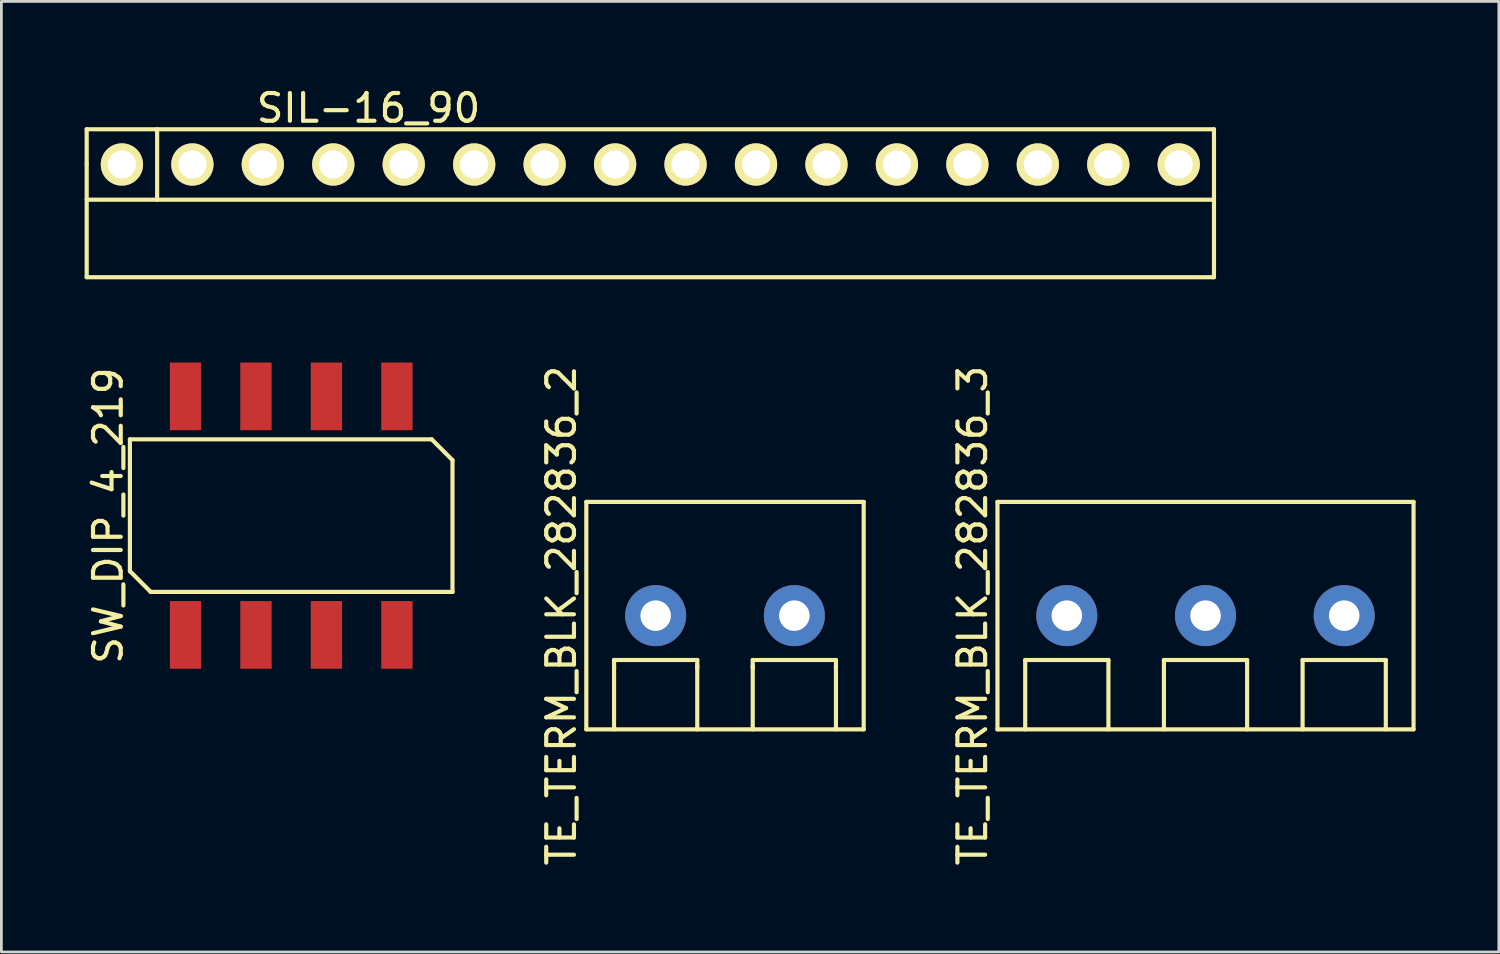
<source format=kicad_pcb>
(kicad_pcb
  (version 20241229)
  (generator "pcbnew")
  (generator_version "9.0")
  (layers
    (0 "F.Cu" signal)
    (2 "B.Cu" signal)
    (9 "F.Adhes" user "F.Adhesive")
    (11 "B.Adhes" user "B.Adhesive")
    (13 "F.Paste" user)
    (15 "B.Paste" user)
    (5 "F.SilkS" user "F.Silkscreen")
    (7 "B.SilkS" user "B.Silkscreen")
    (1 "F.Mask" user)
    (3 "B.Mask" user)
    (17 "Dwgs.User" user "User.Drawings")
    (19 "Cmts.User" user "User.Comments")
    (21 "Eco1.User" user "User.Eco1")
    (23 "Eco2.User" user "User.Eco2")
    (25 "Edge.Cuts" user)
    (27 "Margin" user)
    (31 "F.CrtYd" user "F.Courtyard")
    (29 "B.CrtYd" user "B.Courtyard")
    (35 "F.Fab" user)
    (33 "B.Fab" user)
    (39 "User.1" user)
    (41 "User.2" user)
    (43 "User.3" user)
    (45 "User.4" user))
  (footprint "TE_TERM_BLK_282836_3"
    (layer "F.Cu")
    (at 40.41 19.144)
    (property "Reference" "TE_TERM_BLK_282836_3" (at -8.4 0 90) (layer "F.SilkS") (effects (font (size 1 1) (thickness 0.15))))
    (attr through_hole)
    (fp_line (start -7.5 -4.1) (end -7.5 4.1) (stroke (width 0.15) (type solid)) (layer "F.SilkS"))
    (fp_line (start -7.5 4.1) (end 7.5 4.1) (stroke (width 0.15) (type solid)) (layer "F.SilkS"))
    (fp_line (start -6.5 1.6) (end -3.5 1.6) (stroke (width 0.15) (type solid)) (layer "F.SilkS"))
    (fp_line (start -6.5 4.1) (end -6.5 1.6) (stroke (width 0.15) (type solid)) (layer "F.SilkS"))
    (fp_line (start -3.5 1.6) (end -3.5 4.1) (stroke (width 0.15) (type solid)) (layer "F.SilkS"))
    (fp_line (start -1.5 1.6) (end 1.5 1.6) (stroke (width 0.15) (type solid)) (layer "F.SilkS"))
    (fp_line (start -1.5 4.1) (end -1.5 1.6) (stroke (width 0.15) (type solid)) (layer "F.SilkS"))
    (fp_line (start 1.5 1.6) (end 1.5 4.1) (stroke (width 0.15) (type solid)) (layer "F.SilkS"))
    (fp_line (start 3.5 1.6) (end 6.5 1.6) (stroke (width 0.15) (type solid)) (layer "F.SilkS"))
    (fp_line (start 3.5 4.1) (end 3.5 1.6) (stroke (width 0.15) (type solid)) (layer "F.SilkS"))
    (fp_line (start 6.5 1.6) (end 6.5 4.1) (stroke (width 0.15) (type solid)) (layer "F.SilkS"))
    (fp_line (start 7.5 -4.1) (end -7.5 -4.1) (stroke (width 0.15) (type solid)) (layer "F.SilkS"))
    (fp_line (start 7.5 4.1) (end 7.5 -4.1) (stroke (width 0.15) (type solid)) (layer "F.SilkS"))
    (pad "1" thru_hole circle (at -5 0) (size 2.2 2.2) (drill 1.1) (layers "*.Cu" "*.Mask"))
    (pad "2" thru_hole circle (at 0 0) (size 2.2 2.2) (drill 1.1) (layers "*.Cu" "*.Mask"))
    (pad "3" thru_hole circle (at 5 0) (size 2.2 2.2) (drill 1.1) (layers "*.Cu" "*.Mask")))
  (footprint "SW_DIP_4_219"
    (layer "F.Cu")
    (at 7.448 15.539)
    (property "Reference" "SW_DIP_4_219" (at -6.6 0 90) (layer "F.SilkS") (effects (font (size 1 1) (thickness 0.15))))
    (attr through_hole)
    (fp_line (start -5.815 -2.75) (end -5.815 2) (stroke (width 0.15) (type solid)) (layer "F.SilkS"))
    (fp_line (start -5.815 2) (end -5.065 2.75) (stroke (width 0.15) (type solid)) (layer "F.SilkS"))
    (fp_line (start -5.065 2.75) (end 5.815 2.75) (stroke (width 0.15) (type solid)) (layer "F.SilkS"))
    (fp_line (start 5.065 -2.75) (end -5.815 -2.75) (stroke (width 0.15) (type solid)) (layer "F.SilkS"))
    (fp_line (start 5.815 -2) (end 5.065 -2.75) (stroke (width 0.15) (type solid)) (layer "F.SilkS"))
    (fp_line (start 5.815 2.75) (end 5.815 -2) (stroke (width 0.15) (type solid)) (layer "F.SilkS"))
    (pad "1" smd rect (at -3.81 4.3) (size 1.13 2.44) (layers "F.Cu" "F.Mask" "F.Paste"))
    (pad "2" smd rect (at -1.27 4.3) (size 1.13 2.44) (layers "F.Cu" "F.Mask" "F.Paste"))
    (pad "3" smd rect (at 1.27 4.3) (size 1.13 2.44) (layers "F.Cu" "F.Mask" "F.Paste"))
    (pad "4" smd rect (at 3.81 4.3) (size 1.13 2.44) (layers "F.Cu" "F.Mask" "F.Paste"))
    (pad "5" smd rect (at 3.81 -4.3) (size 1.13 2.44) (layers "F.Cu" "F.Mask" "F.Paste"))
    (pad "6" smd rect (at 1.27 -4.3) (size 1.13 2.44) (layers "F.Cu" "F.Mask" "F.Paste"))
    (pad "7" smd rect (at -1.27 -4.3) (size 1.13 2.44) (layers "F.Cu" "F.Mask" "F.Paste"))
    (pad "8" smd rect (at -3.81 -4.3) (size 1.13 2.44) (layers "F.Cu" "F.Mask" "F.Paste")))
  (footprint "TE_TERM_BLK_282836_2"
    (layer "F.Cu")
    (at 23.087 19.144)
    (property "Reference" "TE_TERM_BLK_282836_2" (at -5.9 0 90) (layer "F.SilkS") (effects (font (size 1 1) (thickness 0.15))))
    (attr through_hole)
    (fp_line (start -5 -4.1) (end -5 4.1) (stroke (width 0.15) (type solid)) (layer "F.SilkS"))
    (fp_line (start -5 4.1) (end 5 4.1) (stroke (width 0.15) (type solid)) (layer "F.SilkS"))
    (fp_line (start -4 1.6) (end -4 1.9) (stroke (width 0.15) (type solid)) (layer "F.SilkS"))
    (fp_line (start -4 1.6) (end -1 1.6) (stroke (width 0.15) (type solid)) (layer "F.SilkS"))
    (fp_line (start -4 4.1) (end -4 1.8) (stroke (width 0.15) (type solid)) (layer "F.SilkS"))
    (fp_line (start -1 1.6) (end -1 1.9) (stroke (width 0.15) (type solid)) (layer "F.SilkS"))
    (fp_line (start -1 1.8) (end -1 4.1) (stroke (width 0.15) (type solid)) (layer "F.SilkS"))
    (fp_line (start 1 1.6) (end 1 1.9) (stroke (width 0.15) (type solid)) (layer "F.SilkS"))
    (fp_line (start 1 1.6) (end 4 1.6) (stroke (width 0.15) (type solid)) (layer "F.SilkS"))
    (fp_line (start 1 4.1) (end 1 1.8) (stroke (width 0.15) (type solid)) (layer "F.SilkS"))
    (fp_line (start 4 1.6) (end 4 1.9) (stroke (width 0.15) (type solid)) (layer "F.SilkS"))
    (fp_line (start 4 1.8) (end 4 4.1) (stroke (width 0.15) (type solid)) (layer "F.SilkS"))
    (fp_line (start 5 -4.1) (end -5 -4.1) (stroke (width 0.15) (type solid)) (layer "F.SilkS"))
    (fp_line (start 5 4.1) (end 5 -4.1) (stroke (width 0.15) (type solid)) (layer "F.SilkS"))
    (pad "1" thru_hole circle (at -2.5 0) (size 2.2 2.2) (drill 1.1) (layers "*.Cu" "*.Mask"))
    (pad "2" thru_hole circle (at 2.5 0) (size 2.2 2.2) (drill 1.1) (layers "*.Cu" "*.Mask")))
  (footprint "SIL-16_90"
    (layer "F.Cu")
    (at 20.395 2.88)
    (property "Reference" "SIL-16_90" (at -10.16 -2.032 0) (layer "F.SilkS") (effects (font (size 1 1) (thickness 0.15))))
    (attr through_hole)
    (fp_line (start -20.32 -1.27) (end -20.32 0) (stroke (width 0.15) (type solid)) (layer "F.SilkS"))
    (fp_line (start -20.32 -1.27) (end 20.32 -1.27) (stroke (width 0.15) (type solid)) (layer "F.SilkS"))
    (fp_line (start -20.32 0) (end -20.32 4.064) (stroke (width 0.15) (type solid)) (layer "F.SilkS"))
    (fp_line (start -20.32 4.064) (end 20.32 4.064) (stroke (width 0.15) (type solid)) (layer "F.SilkS"))
    (fp_line (start -17.78 -1.27) (end -17.78 1.27) (stroke (width 0.15) (type solid)) (layer "F.SilkS"))
    (fp_line (start 20.32 1.27) (end -20.32 1.27) (stroke (width 0.15) (type solid)) (layer "F.SilkS"))
    (fp_line (start 20.32 4.064) (end 20.32 -1.27) (stroke (width 0.15) (type solid)) (layer "F.SilkS"))
    (pad "1" thru_hole circle (at -19.05 0) (size 1.524 1.524) (drill 1.016) (layers "*.Cu" "*.Mask" "F.SilkS"))
    (pad "2" thru_hole circle (at -16.51 0) (size 1.524 1.524) (drill 1.016) (layers "*.Cu" "*.Mask" "F.SilkS"))
    (pad "3" thru_hole circle (at -13.97 0) (size 1.524 1.524) (drill 1.016) (layers "*.Cu" "*.Mask" "F.SilkS"))
    (pad "4" thru_hole circle (at -11.43 0) (size 1.524 1.524) (drill 1.016) (layers "*.Cu" "*.Mask" "F.SilkS"))
    (pad "5" thru_hole circle (at -8.89 0) (size 1.524 1.524) (drill 1.016) (layers "*.Cu" "*.Mask" "F.SilkS"))
    (pad "6" thru_hole circle (at -6.35 0) (size 1.524 1.524) (drill 1.016) (layers "*.Cu" "*.Mask" "F.SilkS"))
    (pad "7" thru_hole circle (at -3.81 0) (size 1.524 1.524) (drill 1.016) (layers "*.Cu" "*.Mask" "F.SilkS"))
    (pad "8" thru_hole circle (at -1.27 0) (size 1.524 1.524) (drill 1.016) (layers "*.Cu" "*.Mask" "F.SilkS"))
    (pad "9" thru_hole circle (at 1.27 0) (size 1.524 1.524) (drill 1.016) (layers "*.Cu" "*.Mask" "F.SilkS"))
    (pad "10" thru_hole circle (at 3.81 0) (size 1.524 1.524) (drill 1.016) (layers "*.Cu" "*.Mask" "F.SilkS"))
    (pad "11" thru_hole circle (at 6.35 0) (size 1.524 1.524) (drill 1.016) (layers "*.Cu" "*.Mask" "F.SilkS"))
    (pad "12" thru_hole circle (at 8.89 0) (size 1.524 1.524) (drill 1.016) (layers "*.Cu" "*.Mask" "F.SilkS"))
    (pad "13" thru_hole circle (at 11.43 0) (size 1.524 1.524) (drill 1.016) (layers "*.Cu" "*.Mask" "F.SilkS"))
    (pad "14" thru_hole circle (at 13.97 0) (size 1.524 1.524) (drill 1.016) (layers "*.Cu" "*.Mask" "F.SilkS"))
    (pad "15" thru_hole circle (at 16.51 0) (size 1.524 1.524) (drill 1.016) (layers "*.Cu" "*.Mask" "F.SilkS"))
    (pad "16" thru_hole circle (at 19.05 0) (size 1.524 1.524) (drill 1.016) (layers "*.Cu" "*.Mask" "F.SilkS")))
  (gr_rect
    (start -3 -3)
    (end 50.985 31.269)
    (stroke (width 0.1) (type default))
    (fill no)
    (layer "Edge.Cuts")))
</source>
